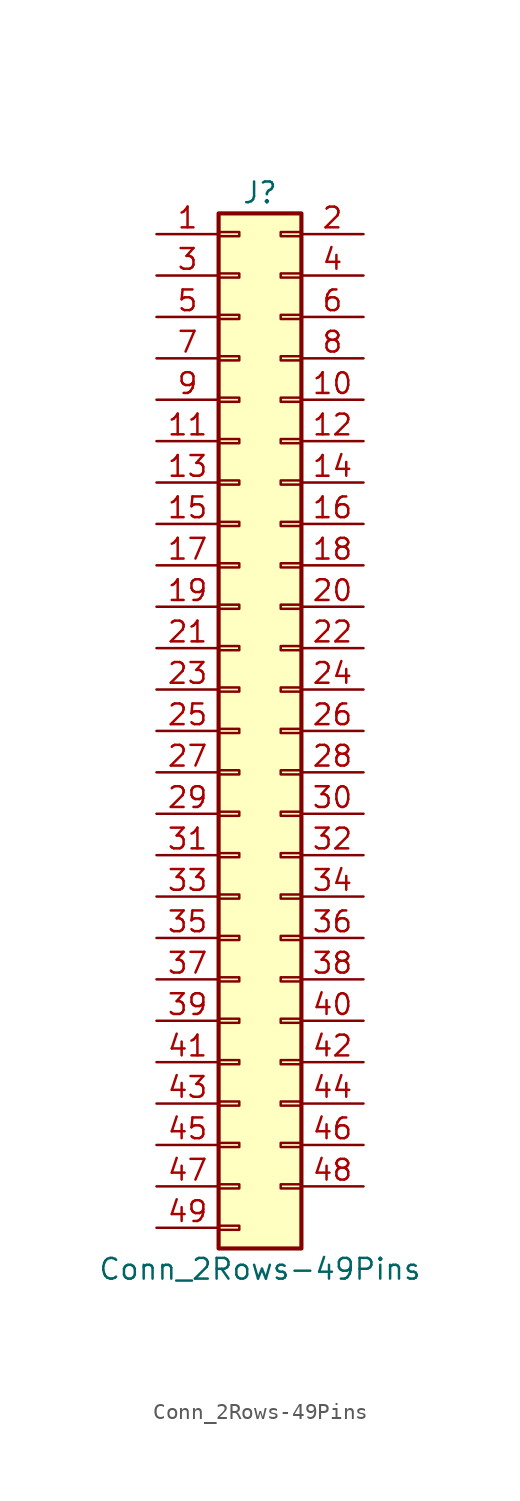
<source format=kicad_sym>
(kicad_symbol_lib
  (version 20220914)
  (generator kicad_symbol_editor)
  (symbol "Conn_2Rows-49Pins"
    (pin_names
      (offset 1.016) hide)
    (property "Reference" "J"
      (at 1.27 33.02 0)
      (effects (font (size 1.27 1.27))))
    (property "Value" "Conn_2Rows-49Pins"
      (at 1.27 -33.02 0)
      (effects (font (size 1.27 1.27))))
    (symbol "Conn_2Rows-49Pins_1_1"
      (rectangle (start -1.27 -30.353) (end 0 -30.607) (stroke (width 0.152) (type default)) (fill (type none)))
      (rectangle (start -1.27 -27.813) (end 0 -28.067) (stroke (width 0.152) (type default)) (fill (type none)))
      (rectangle (start -1.27 -25.273) (end 0 -25.527) (stroke (width 0.152) (type default)) (fill (type none)))
      (rectangle (start -1.27 -22.733) (end 0 -22.987) (stroke (width 0.152) (type default)) (fill (type none)))
      (rectangle (start -1.27 -20.193) (end 0 -20.447) (stroke (width 0.152) (type default)) (fill (type none)))
      (rectangle (start -1.27 -17.653) (end 0 -17.907) (stroke (width 0.152) (type default)) (fill (type none)))
      (rectangle (start -1.27 -15.113) (end 0 -15.367) (stroke (width 0.152) (type default)) (fill (type none)))
      (rectangle (start -1.27 -12.573) (end 0 -12.827) (stroke (width 0.152) (type default)) (fill (type none)))
      (rectangle (start -1.27 -10.033) (end 0 -10.287) (stroke (width 0.152) (type default)) (fill (type none)))
      (rectangle (start -1.27 -7.493) (end 0 -7.747) (stroke (width 0.152) (type default)) (fill (type none)))
      (rectangle (start -1.27 -4.953) (end 0 -5.207) (stroke (width 0.152) (type default)) (fill (type none)))
      (rectangle (start -1.27 -2.413) (end 0 -2.667) (stroke (width 0.152) (type default)) (fill (type none)))
      (rectangle (start -1.27 0.127) (end 0 -0.127) (stroke (width 0.152) (type default)) (fill (type none)))
      (rectangle (start -1.27 2.667) (end 0 2.413) (stroke (width 0.152) (type default)) (fill (type none)))
      (rectangle (start -1.27 5.207) (end 0 4.953) (stroke (width 0.152) (type default)) (fill (type none)))
      (rectangle (start -1.27 7.747) (end 0 7.493) (stroke (width 0.152) (type default)) (fill (type none)))
      (rectangle (start -1.27 10.287) (end 0 10.033) (stroke (width 0.152) (type default)) (fill (type none)))
      (rectangle (start -1.27 12.827) (end 0 12.573) (stroke (width 0.152) (type default)) (fill (type none)))
      (rectangle (start -1.27 15.367) (end 0 15.113) (stroke (width 0.152) (type default)) (fill (type none)))
      (rectangle (start -1.27 17.907) (end 0 17.653) (stroke (width 0.152) (type default)) (fill (type none)))
      (rectangle (start -1.27 20.447) (end 0 20.193) (stroke (width 0.152) (type default)) (fill (type none)))
      (rectangle (start -1.27 22.987) (end 0 22.733) (stroke (width 0.152) (type default)) (fill (type none)))
      (rectangle (start -1.27 25.527) (end 0 25.273) (stroke (width 0.152) (type default)) (fill (type none)))
      (rectangle (start -1.27 28.067) (end 0 27.813) (stroke (width 0.152) (type default)) (fill (type none)))
      (rectangle (start -1.27 30.607) (end 0 30.353) (stroke (width 0.152) (type default)) (fill (type none)))
      (rectangle (start -1.27 31.75) (end 3.81 -31.75) (stroke (width 0.254) (type default)) (fill (type background)))
      (rectangle (start 3.81 -27.813) (end 2.54 -28.067) (stroke (width 0.152) (type default)) (fill (type none)))
      (rectangle (start 3.81 -25.273) (end 2.54 -25.527) (stroke (width 0.152) (type default)) (fill (type none)))
      (rectangle (start 3.81 -22.733) (end 2.54 -22.987) (stroke (width 0.152) (type default)) (fill (type none)))
      (rectangle (start 3.81 -20.193) (end 2.54 -20.447) (stroke (width 0.152) (type default)) (fill (type none)))
      (rectangle (start 3.81 -17.653) (end 2.54 -17.907) (stroke (width 0.152) (type default)) (fill (type none)))
      (rectangle (start 3.81 -15.113) (end 2.54 -15.367) (stroke (width 0.152) (type default)) (fill (type none)))
      (rectangle (start 3.81 -12.573) (end 2.54 -12.827) (stroke (width 0.152) (type default)) (fill (type none)))
      (rectangle (start 3.81 -10.033) (end 2.54 -10.287) (stroke (width 0.152) (type default)) (fill (type none)))
      (rectangle (start 3.81 -7.493) (end 2.54 -7.747) (stroke (width 0.152) (type default)) (fill (type none)))
      (rectangle (start 3.81 -4.953) (end 2.54 -5.207) (stroke (width 0.152) (type default)) (fill (type none)))
      (rectangle (start 3.81 -2.413) (end 2.54 -2.667) (stroke (width 0.152) (type default)) (fill (type none)))
      (rectangle (start 3.81 0.127) (end 2.54 -0.127) (stroke (width 0.152) (type default)) (fill (type none)))
      (rectangle (start 3.81 2.667) (end 2.54 2.413) (stroke (width 0.152) (type default)) (fill (type none)))
      (rectangle (start 3.81 5.207) (end 2.54 4.953) (stroke (width 0.152) (type default)) (fill (type none)))
      (rectangle (start 3.81 7.747) (end 2.54 7.493) (stroke (width 0.152) (type default)) (fill (type none)))
      (rectangle (start 3.81 10.287) (end 2.54 10.033) (stroke (width 0.152) (type default)) (fill (type none)))
      (rectangle (start 3.81 12.827) (end 2.54 12.573) (stroke (width 0.152) (type default)) (fill (type none)))
      (rectangle (start 3.81 15.367) (end 2.54 15.113) (stroke (width 0.152) (type default)) (fill (type none)))
      (rectangle (start 3.81 17.907) (end 2.54 17.653) (stroke (width 0.152) (type default)) (fill (type none)))
      (rectangle (start 3.81 20.447) (end 2.54 20.193) (stroke (width 0.152) (type default)) (fill (type none)))
      (rectangle (start 3.81 22.987) (end 2.54 22.733) (stroke (width 0.152) (type default)) (fill (type none)))
      (rectangle (start 3.81 25.527) (end 2.54 25.273) (stroke (width 0.152) (type default)) (fill (type none)))
      (rectangle (start 3.81 28.067) (end 2.54 27.813) (stroke (width 0.152) (type default)) (fill (type none)))
      (rectangle (start 3.81 30.607) (end 2.54 30.353) (stroke (width 0.152) (type default)) (fill (type none)))
      (pin passive line (at -5.08 30.48 0) (length 3.81) (name "Pin_1" (effects (font (size 1.27 1.27)))) (number "1" (effects (font (size 1.27 1.27)))))
      (pin passive line (at 7.62 20.32 180) (length 3.81) (name "Pin_10" (effects (font (size 1.27 1.27)))) (number "10" (effects (font (size 1.27 1.27)))))
      (pin passive line (at -5.08 17.78 0) (length 3.81) (name "Pin_11" (effects (font (size 1.27 1.27)))) (number "11" (effects (font (size 1.27 1.27)))))
      (pin passive line (at 7.62 17.78 180) (length 3.81) (name "Pin_12" (effects (font (size 1.27 1.27)))) (number "12" (effects (font (size 1.27 1.27)))))
      (pin passive line (at -5.08 15.24 0) (length 3.81) (name "Pin_13" (effects (font (size 1.27 1.27)))) (number "13" (effects (font (size 1.27 1.27)))))
      (pin passive line (at 7.62 15.24 180) (length 3.81) (name "Pin_14" (effects (font (size 1.27 1.27)))) (number "14" (effects (font (size 1.27 1.27)))))
      (pin passive line (at -5.08 12.7 0) (length 3.81) (name "Pin_15" (effects (font (size 1.27 1.27)))) (number "15" (effects (font (size 1.27 1.27)))))
      (pin passive line (at 7.62 12.7 180) (length 3.81) (name "Pin_16" (effects (font (size 1.27 1.27)))) (number "16" (effects (font (size 1.27 1.27)))))
      (pin passive line (at -5.08 10.16 0) (length 3.81) (name "Pin_17" (effects (font (size 1.27 1.27)))) (number "17" (effects (font (size 1.27 1.27)))))
      (pin passive line (at 7.62 10.16 180) (length 3.81) (name "Pin_18" (effects (font (size 1.27 1.27)))) (number "18" (effects (font (size 1.27 1.27)))))
      (pin passive line (at -5.08 7.62 0) (length 3.81) (name "Pin_19" (effects (font (size 1.27 1.27)))) (number "19" (effects (font (size 1.27 1.27)))))
      (pin passive line (at 7.62 30.48 180) (length 3.81) (name "Pin_2" (effects (font (size 1.27 1.27)))) (number "2" (effects (font (size 1.27 1.27)))))
      (pin passive line (at 7.62 7.62 180) (length 3.81) (name "Pin_20" (effects (font (size 1.27 1.27)))) (number "20" (effects (font (size 1.27 1.27)))))
      (pin passive line (at -5.08 5.08 0) (length 3.81) (name "Pin_21" (effects (font (size 1.27 1.27)))) (number "21" (effects (font (size 1.27 1.27)))))
      (pin passive line (at 7.62 5.08 180) (length 3.81) (name "Pin_22" (effects (font (size 1.27 1.27)))) (number "22" (effects (font (size 1.27 1.27)))))
      (pin passive line (at -5.08 2.54 0) (length 3.81) (name "Pin_23" (effects (font (size 1.27 1.27)))) (number "23" (effects (font (size 1.27 1.27)))))
      (pin passive line (at 7.62 2.54 180) (length 3.81) (name "Pin_24" (effects (font (size 1.27 1.27)))) (number "24" (effects (font (size 1.27 1.27)))))
      (pin passive line (at -5.08 0 0) (length 3.81) (name "Pin_25" (effects (font (size 1.27 1.27)))) (number "25" (effects (font (size 1.27 1.27)))))
      (pin passive line (at 7.62 0 180) (length 3.81) (name "Pin_26" (effects (font (size 1.27 1.27)))) (number "26" (effects (font (size 1.27 1.27)))))
      (pin passive line (at -5.08 -2.54 0) (length 3.81) (name "Pin_27" (effects (font (size 1.27 1.27)))) (number "27" (effects (font (size 1.27 1.27)))))
      (pin passive line (at 7.62 -2.54 180) (length 3.81) (name "Pin_28" (effects (font (size 1.27 1.27)))) (number "28" (effects (font (size 1.27 1.27)))))
      (pin passive line (at -5.08 -5.08 0) (length 3.81) (name "Pin_29" (effects (font (size 1.27 1.27)))) (number "29" (effects (font (size 1.27 1.27)))))
      (pin passive line (at -5.08 27.94 0) (length 3.81) (name "Pin_3" (effects (font (size 1.27 1.27)))) (number "3" (effects (font (size 1.27 1.27)))))
      (pin passive line (at 7.62 -5.08 180) (length 3.81) (name "Pin_30" (effects (font (size 1.27 1.27)))) (number "30" (effects (font (size 1.27 1.27)))))
      (pin passive line (at -5.08 -7.62 0) (length 3.81) (name "Pin_31" (effects (font (size 1.27 1.27)))) (number "31" (effects (font (size 1.27 1.27)))))
      (pin passive line (at 7.62 -7.62 180) (length 3.81) (name "Pin_32" (effects (font (size 1.27 1.27)))) (number "32" (effects (font (size 1.27 1.27)))))
      (pin passive line (at -5.08 -10.16 0) (length 3.81) (name "Pin_33" (effects (font (size 1.27 1.27)))) (number "33" (effects (font (size 1.27 1.27)))))
      (pin passive line (at 7.62 -10.16 180) (length 3.81) (name "Pin_34" (effects (font (size 1.27 1.27)))) (number "34" (effects (font (size 1.27 1.27)))))
      (pin passive line (at -5.08 -12.7 0) (length 3.81) (name "Pin_35" (effects (font (size 1.27 1.27)))) (number "35" (effects (font (size 1.27 1.27)))))
      (pin passive line (at 7.62 -12.7 180) (length 3.81) (name "Pin_36" (effects (font (size 1.27 1.27)))) (number "36" (effects (font (size 1.27 1.27)))))
      (pin passive line (at -5.08 -15.24 0) (length 3.81) (name "Pin_37" (effects (font (size 1.27 1.27)))) (number "37" (effects (font (size 1.27 1.27)))))
      (pin passive line (at 7.62 -15.24 180) (length 3.81) (name "Pin_38" (effects (font (size 1.27 1.27)))) (number "38" (effects (font (size 1.27 1.27)))))
      (pin passive line (at -5.08 -17.78 0) (length 3.81) (name "Pin_39" (effects (font (size 1.27 1.27)))) (number "39" (effects (font (size 1.27 1.27)))))
      (pin passive line (at 7.62 27.94 180) (length 3.81) (name "Pin_4" (effects (font (size 1.27 1.27)))) (number "4" (effects (font (size 1.27 1.27)))))
      (pin passive line (at 7.62 -17.78 180) (length 3.81) (name "Pin_40" (effects (font (size 1.27 1.27)))) (number "40" (effects (font (size 1.27 1.27)))))
      (pin passive line (at -5.08 -20.32 0) (length 3.81) (name "Pin_41" (effects (font (size 1.27 1.27)))) (number "41" (effects (font (size 1.27 1.27)))))
      (pin passive line (at 7.62 -20.32 180) (length 3.81) (name "Pin_42" (effects (font (size 1.27 1.27)))) (number "42" (effects (font (size 1.27 1.27)))))
      (pin passive line (at -5.08 -22.86 0) (length 3.81) (name "Pin_43" (effects (font (size 1.27 1.27)))) (number "43" (effects (font (size 1.27 1.27)))))
      (pin passive line (at 7.62 -22.86 180) (length 3.81) (name "Pin_44" (effects (font (size 1.27 1.27)))) (number "44" (effects (font (size 1.27 1.27)))))
      (pin passive line (at -5.08 -25.4 0) (length 3.81) (name "Pin_45" (effects (font (size 1.27 1.27)))) (number "45" (effects (font (size 1.27 1.27)))))
      (pin passive line (at 7.62 -25.4 180) (length 3.81) (name "Pin_46" (effects (font (size 1.27 1.27)))) (number "46" (effects (font (size 1.27 1.27)))))
      (pin passive line (at -5.08 -27.94 0) (length 3.81) (name "Pin_47" (effects (font (size 1.27 1.27)))) (number "47" (effects (font (size 1.27 1.27)))))
      (pin passive line (at 7.62 -27.94 180) (length 3.81) (name "Pin_48" (effects (font (size 1.27 1.27)))) (number "48" (effects (font (size 1.27 1.27)))))
      (pin passive line (at -5.08 -30.48 0) (length 3.81) (name "Pin_49" (effects (font (size 1.27 1.27)))) (number "49" (effects (font (size 1.27 1.27)))))
      (pin passive line (at -5.08 25.4 0) (length 3.81) (name "Pin_5" (effects (font (size 1.27 1.27)))) (number "5" (effects (font (size 1.27 1.27)))))
      (pin passive line (at 7.62 25.4 180) (length 3.81) (name "Pin_6" (effects (font (size 1.27 1.27)))) (number "6" (effects (font (size 1.27 1.27)))))
      (pin passive line (at -5.08 22.86 0) (length 3.81) (name "Pin_7" (effects (font (size 1.27 1.27)))) (number "7" (effects (font (size 1.27 1.27)))))
      (pin passive line (at 7.62 22.86 180) (length 3.81) (name "Pin_8" (effects (font (size 1.27 1.27)))) (number "8" (effects (font (size 1.27 1.27)))))
      (pin passive line (at -5.08 20.32 0) (length 3.81) (name "Pin_9" (effects (font (size 1.27 1.27)))) (number "9" (effects (font (size 1.27 1.27))))))))
</source>
